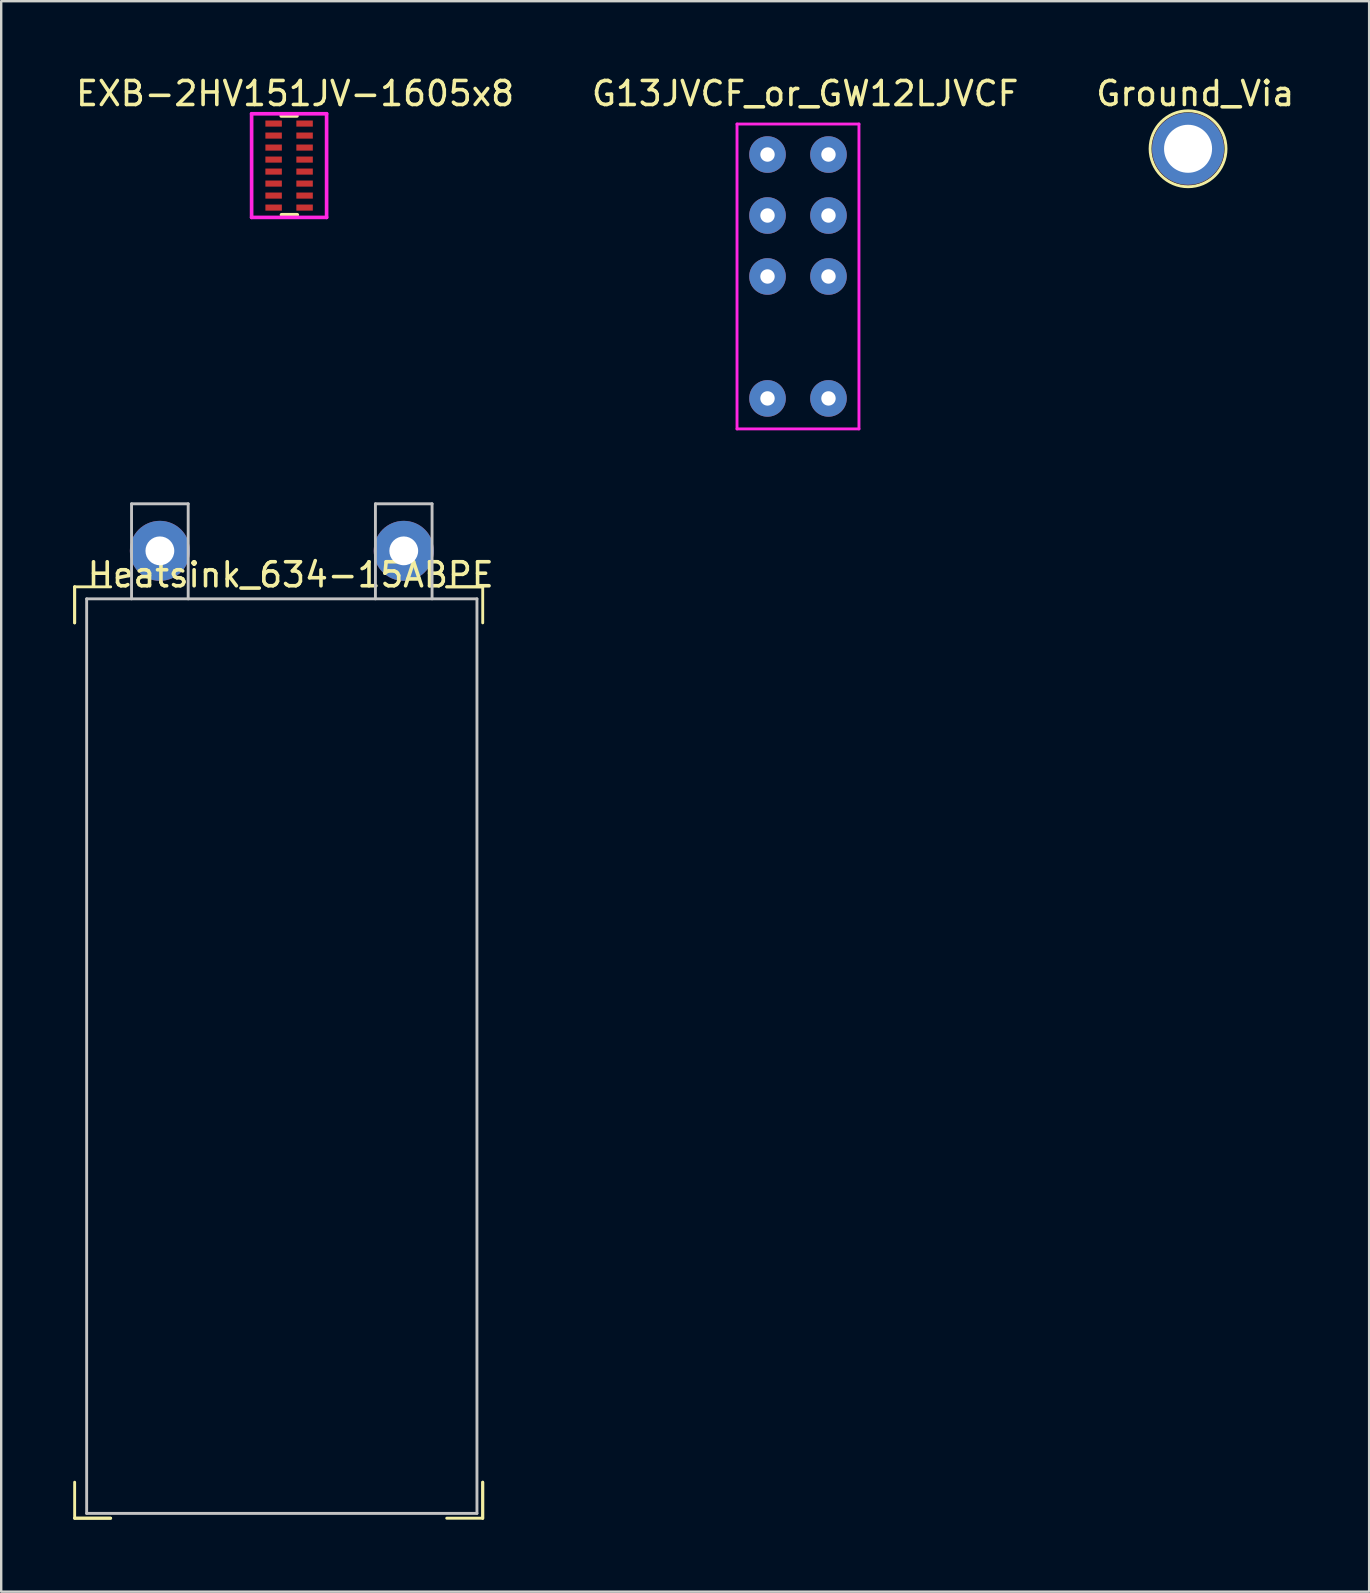
<source format=kicad_pcb>
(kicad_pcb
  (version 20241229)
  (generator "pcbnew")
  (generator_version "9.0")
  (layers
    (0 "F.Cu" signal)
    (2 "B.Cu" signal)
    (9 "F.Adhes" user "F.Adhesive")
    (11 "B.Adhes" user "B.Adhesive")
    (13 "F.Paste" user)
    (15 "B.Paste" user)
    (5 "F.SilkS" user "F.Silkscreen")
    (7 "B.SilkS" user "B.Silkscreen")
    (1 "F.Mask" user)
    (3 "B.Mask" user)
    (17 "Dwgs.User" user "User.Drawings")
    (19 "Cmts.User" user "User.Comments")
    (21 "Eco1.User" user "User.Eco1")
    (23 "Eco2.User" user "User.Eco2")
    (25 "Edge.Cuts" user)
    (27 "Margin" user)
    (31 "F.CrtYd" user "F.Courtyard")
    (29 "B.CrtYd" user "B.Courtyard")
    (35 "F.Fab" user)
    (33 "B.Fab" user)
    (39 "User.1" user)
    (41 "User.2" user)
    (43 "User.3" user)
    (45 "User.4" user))
  (footprint "G13JVCF_or_GW12LJVCF"
    (layer "F.Cu")
    (at 30.194 8.468)
    (property "Reference" "G13JVCF_or_GW12LJVCF" (at 0.3 -7.62 0) (layer "F.SilkS") (effects (font (size 1 1) (thickness 0.15))))
    (attr through_hole)
    (fp_line (start -2.54 -6.35) (end 2.54 -6.35) (stroke (width 0.12) (type solid)) (layer "F.CrtYd"))
    (fp_line (start -2.54 6.35) (end -2.54 -6.35) (stroke (width 0.12) (type solid)) (layer "F.CrtYd"))
    (fp_line (start 2.54 -6.35) (end 2.54 6.35) (stroke (width 0.12) (type solid)) (layer "F.CrtYd"))
    (fp_line (start 2.54 6.35) (end -2.54 6.35) (stroke (width 0.12) (type solid)) (layer "F.CrtYd"))
    (pad "1" thru_hole circle (at 1.27 -5.08) (size 1.524 1.524) (drill 0.6) (layers "*.Cu" "*.Mask"))
    (pad "2" thru_hole circle (at 1.27 -2.54) (size 1.524 1.524) (drill 0.6) (layers "*.Cu" "*.Mask"))
    (pad "3" thru_hole circle (at 1.27 0) (size 1.524 1.524) (drill 0.6) (layers "*.Cu" "*.Mask"))
    (pad "4" thru_hole circle (at -1.27 -5.08) (size 1.524 1.524) (drill 0.6) (layers "*.Cu" "*.Mask"))
    (pad "5" thru_hole circle (at -1.27 -2.54) (size 1.524 1.524) (drill 0.6) (layers "*.Cu" "*.Mask"))
    (pad "6" thru_hole circle (at -1.27 0) (size 1.524 1.524) (drill 0.6) (layers "*.Cu" "*.Mask"))
    (pad "~" thru_hole circle (at -1.27 5.08) (size 1.524 1.524) (drill 0.6) (layers "*.Cu" "*.Mask"))
    (pad "~" thru_hole circle (at 1.27 5.08) (size 1.524 1.524) (drill 0.6) (layers "*.Cu" "*.Mask")))
  (footprint "Ground_Via"
    (layer "F.Cu")
    (at 46.444 3.148)
    (property "Reference" "Ground_Via" (at 0.3 -2.3 0) (layer "F.SilkS") (effects (font (size 1 1) (thickness 0.15))))
    (attr through_hole)
    (fp_circle (center 0 0) (end 0.9 -1.3) (stroke (width 0.12) (type solid)) (fill no) (layer "F.SilkS"))
    (pad "" np_thru_hole circle (at 0 0) (size 3 3) (drill 2) (layers "*.Cu" "*.Mask" "B.Paste")))
  (footprint "Heatsink_634-15ABPE"
    (layer "F.Cu")
    (at 0.56 21.898)
    (property "Reference" "Heatsink_634-15ABPE" (at 8.5 -1 0) (layer "F.SilkS") (effects (font (size 1 1) (thickness 0.15))))
    (attr through_hole)
    (fp_line (start -0.5 -0.5) (end -0.5 1) (stroke (width 0.12) (type solid)) (layer "F.SilkS"))
    (fp_line (start -0.5 -0.5) (end 1 -0.5) (stroke (width 0.12) (type solid)) (layer "F.SilkS"))
    (fp_line (start -0.5 1) (end -0.5 -0.5) (stroke (width 0.12) (type solid)) (layer "F.SilkS"))
    (fp_line (start -0.5 38.3) (end -0.5 36.8) (stroke (width 0.12) (type solid)) (layer "F.SilkS"))
    (fp_line (start -0.5 38.3) (end 1 38.3) (stroke (width 0.12) (type solid)) (layer "F.SilkS"))
    (fp_line (start 1 38.3) (end -0.5 38.3) (stroke (width 0.12) (type solid)) (layer "F.SilkS"))
    (fp_line (start 15 -0.5) (end 16.5 -0.5) (stroke (width 0.12) (type solid)) (layer "F.SilkS"))
    (fp_line (start 16.5 -0.5) (end 15 -0.5) (stroke (width 0.12) (type solid)) (layer "F.SilkS"))
    (fp_line (start 16.5 -0.5) (end 16.5 1) (stroke (width 0.12) (type solid)) (layer "F.SilkS"))
    (fp_line (start 16.5 36.8) (end 16.5 38.3) (stroke (width 0.12) (type solid)) (layer "F.SilkS"))
    (fp_line (start 16.5 38.3) (end 15 38.3) (stroke (width 0.12) (type solid)) (layer "F.SilkS"))
    (fp_line (start 16.5 38.3) (end 16.5 36.8) (stroke (width 0.12) (type solid)) (layer "F.SilkS"))
    (fp_line (start 0 0) (end 0 38.1) (stroke (width 0.12) (type solid)) (layer "Dwgs.User"))
    (fp_line (start 0 0) (end 16.26 0) (stroke (width 0.12) (type solid)) (layer "Dwgs.User"))
    (fp_line (start 0 38.1) (end 16.26 38.1) (stroke (width 0.12) (type solid)) (layer "Dwgs.User"))
    (fp_line (start 1.87 -3.96) (end 4.23 -3.96) (stroke (width 0.12) (type solid)) (layer "Dwgs.User"))
    (fp_line (start 1.87 0) (end 1.87 -3.96) (stroke (width 0.12) (type solid)) (layer "Dwgs.User"))
    (fp_line (start 4.23 0) (end 4.23 -3.96) (stroke (width 0.12) (type solid)) (layer "Dwgs.User"))
    (fp_line (start 12.03 -3.96) (end 14.39 -3.96) (stroke (width 0.12) (type solid)) (layer "Dwgs.User"))
    (fp_line (start 12.03 0) (end 12.03 -3.96) (stroke (width 0.12) (type solid)) (layer "Dwgs.User"))
    (fp_line (start 14.39 0) (end 14.39 -3.96) (stroke (width 0.12) (type solid)) (layer "Dwgs.User"))
    (fp_line (start 16.26 0) (end 16.26 38.1) (stroke (width 0.12) (type solid)) (layer "Dwgs.User"))
    (pad "1" thru_hole circle (at 3.05 -2) (size 2.5 2.5) (drill 1.2) (layers "*.Cu" "*.Mask"))
    (pad "2" thru_hole circle (at 13.21 -2) (size 2.5 2.5) (drill 1.2) (layers "*.Cu" "*.Mask")))
  (footprint "EXB-2HV151JV-1605x8"
    (layer "F.Cu")
    (at 8.994 3.848)
    (property "Reference" "EXB-2HV151JV-1605x8" (at 0.25 -3 0) (layer "F.SilkS") (effects (font (size 1 1) (thickness 0.15))))
    (attr through_hole)
    (fp_line (start -0.316 2.05) (end 0.34 2.05) (stroke (width 0.152) (type solid)) (layer "F.SilkS"))
    (fp_line (start 0.328 -2.07) (end -0.328 -2.07) (stroke (width 0.152) (type solid)) (layer "F.SilkS"))
    (fp_line (start -1.562 -2.159) (end 1.562 -2.159) (stroke (width 0.152) (type solid)) (layer "F.CrtYd"))
    (fp_line (start -1.562 2.159) (end -1.562 -2.159) (stroke (width 0.152) (type solid)) (layer "F.CrtYd"))
    (fp_line (start 1.562 -2.159) (end 1.562 2.159) (stroke (width 0.152) (type solid)) (layer "F.CrtYd"))
    (fp_line (start 1.562 2.159) (end -1.562 2.159) (stroke (width 0.152) (type solid)) (layer "F.CrtYd"))
    (pad "1" smd rect (at -0.645 -1.75) (size 0.686 0.254) (layers "F.Cu" "F.Mask" "F.Paste"))
    (pad "2" smd rect (at -0.645 -1.25) (size 0.686 0.254) (layers "F.Cu" "F.Mask" "F.Paste"))
    (pad "3" smd rect (at -0.645 -0.75) (size 0.686 0.254) (layers "F.Cu" "F.Mask" "F.Paste"))
    (pad "4" smd rect (at -0.645 -0.25) (size 0.686 0.254) (layers "F.Cu" "F.Mask" "F.Paste"))
    (pad "5" smd rect (at -0.645 0.25) (size 0.686 0.254) (layers "F.Cu" "F.Mask" "F.Paste"))
    (pad "6" smd rect (at -0.645 0.75) (size 0.686 0.254) (layers "F.Cu" "F.Mask" "F.Paste"))
    (pad "7" smd rect (at -0.645 1.25) (size 0.686 0.254) (layers "F.Cu" "F.Mask" "F.Paste"))
    (pad "8" smd rect (at -0.645 1.75) (size 0.686 0.254) (layers "F.Cu" "F.Mask" "F.Paste"))
    (pad "9" smd rect (at 0.645 1.75) (size 0.686 0.254) (layers "F.Cu" "F.Mask" "F.Paste"))
    (pad "10" smd rect (at 0.645 1.25) (size 0.686 0.254) (layers "F.Cu" "F.Mask" "F.Paste"))
    (pad "11" smd rect (at 0.645 0.75) (size 0.686 0.254) (layers "F.Cu" "F.Mask" "F.Paste"))
    (pad "12" smd rect (at 0.645 0.25) (size 0.686 0.254) (layers "F.Cu" "F.Mask" "F.Paste"))
    (pad "13" smd rect (at 0.645 -0.25) (size 0.686 0.254) (layers "F.Cu" "F.Mask" "F.Paste"))
    (pad "14" smd rect (at 0.645 -0.75) (size 0.686 0.254) (layers "F.Cu" "F.Mask" "F.Paste"))
    (pad "15" smd rect (at 0.645 -1.25) (size 0.686 0.254) (layers "F.Cu" "F.Mask" "F.Paste"))
    (pad "16" smd rect (at 0.645 -1.75) (size 0.686 0.254) (layers "F.Cu" "F.Mask" "F.Paste")))
  (gr_rect
    (start -3 -3)
    (end 53.988 63.258)
    (stroke (width 0.1) (type default))
    (fill no)
    (layer "Edge.Cuts")))
</source>
